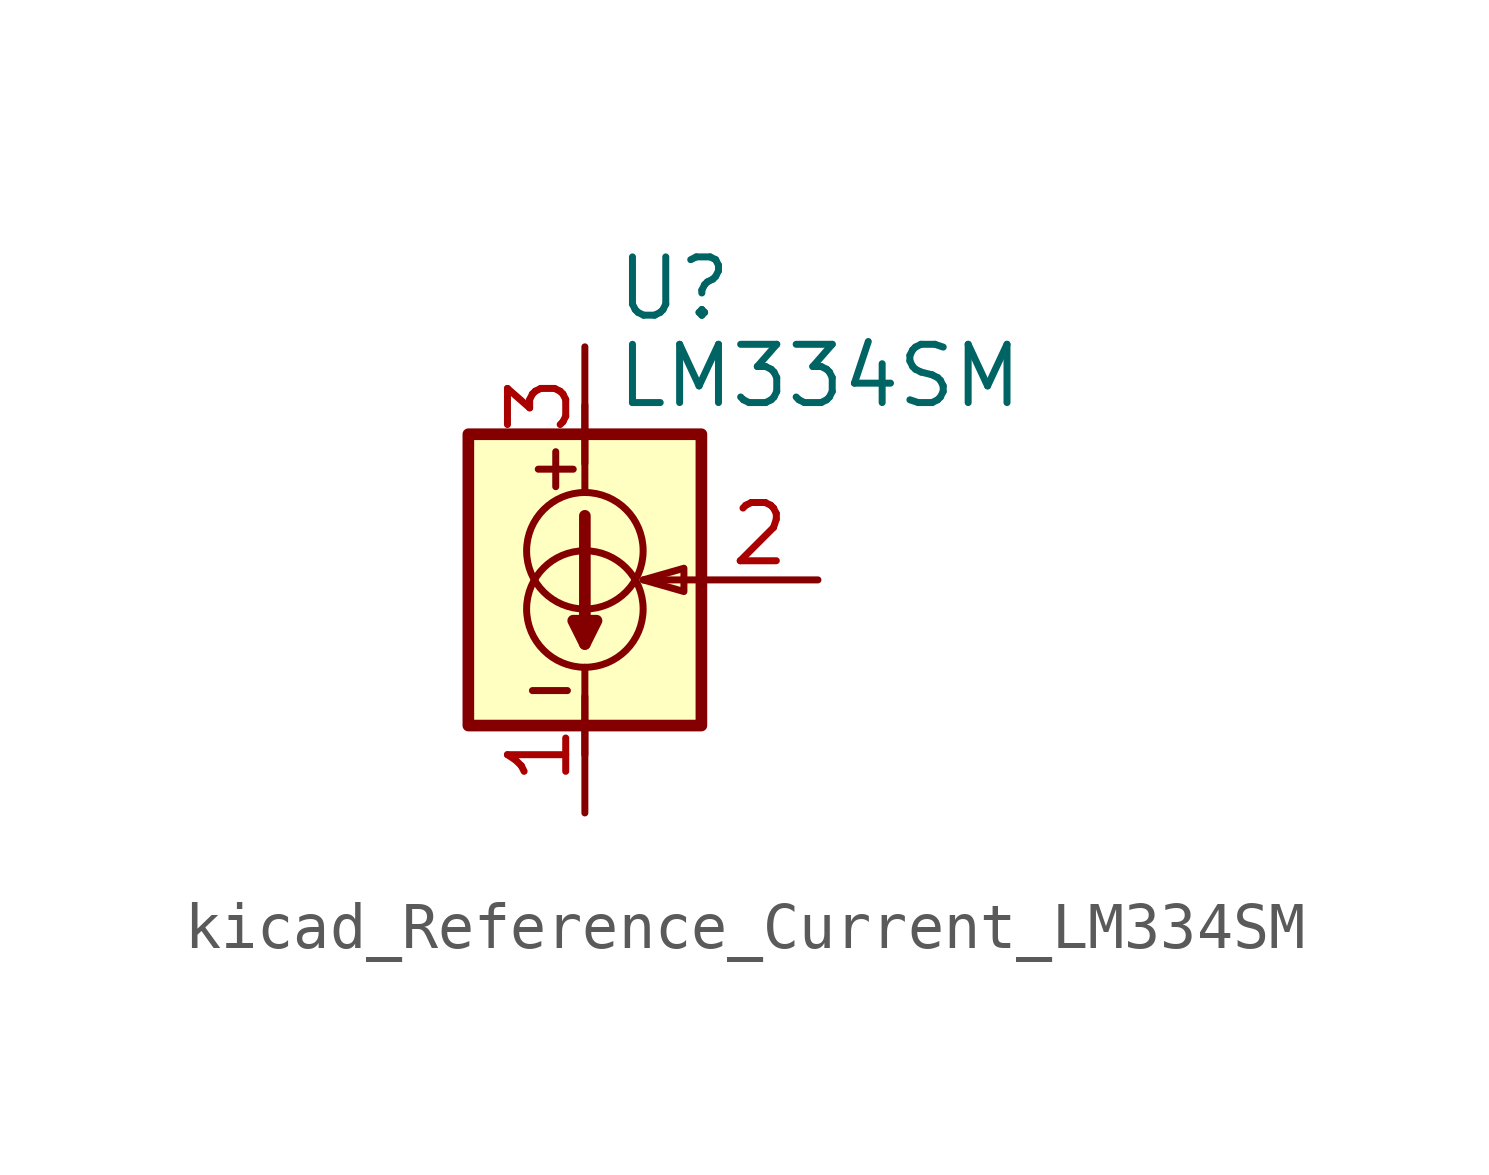
<source format=kicad_sym>
(kicad_symbol_lib
  (version 20220914)
  (generator kicad_symbol_editor)
  (symbol "kicad_Reference_Current_LM334SM"
    (property "Reference" "U"
      (at 0.635 6.35 0)
      (effects (font (size 1.27 1.27)) (justify left)))
    (property "Value" "LM334SM"
      (at 0.635 4.445 0)
      (effects (font (size 1.27 1.27)) (justify left)))
    (symbol "kicad_Reference_Current_LM334SM_0_1"
      (rectangle (start -2.54 3.175) (end 2.54 -3.175) (stroke (width 0.254) (type default)) (fill (type background)))
      (circle (center 0 -0.635) (radius 1.27) (stroke (width 0) (type default)) (fill (type none)))
      (polyline (pts (xy -1.143 -2.413) (xy -0.381 -2.413)) (stroke (width 0) (type default)) (fill (type none)))
      (polyline (pts (xy -1.016 2.413) (xy -0.254 2.413)) (stroke (width 0) (type default)) (fill (type none)))
      (polyline (pts (xy -0.635 2.794) (xy -0.635 2.032)) (stroke (width 0) (type default)) (fill (type none)))
      (polyline (pts (xy 0 -1.905) (xy 0 -3.81)) (stroke (width 0) (type default)) (fill (type none)))
      (polyline (pts (xy 0 1.397) (xy 0 -1.397)) (stroke (width 0.254) (type default)) (fill (type none)))
      (polyline (pts (xy 0 3.81) (xy 0 1.905)) (stroke (width 0) (type default)) (fill (type none)))
      (polyline (pts (xy 2.54 0) (xy 1.27 0)) (stroke (width 0) (type default)) (fill (type none)))
      (polyline (pts (xy 0 -1.397) (xy -0.254 -0.889) (xy 0.254 -0.889) (xy 0 -1.397)) (stroke (width 0.254) (type default)) (fill (type none)))
      (polyline (pts (xy 1.27 0) (xy 2.159 0.254) (xy 2.159 -0.254) (xy 1.27 0)) (stroke (width 0) (type default)) (fill (type none)))
      (circle (center 0 0.635) (radius 1.27) (stroke (width 0) (type default)) (fill (type none))))
    (symbol "kicad_Reference_Current_LM334SM_1_1"
      (pin passive line (at 0 -5.08 90) (length 2.54) (name "~" (effects (font (size 1.27 1.27)))) (number "1" (effects (font (size 1.27 1.27)))))
      (pin passive line (at 5.08 0 180) (length 2.54) (name "~" (effects (font (size 1.27 1.27)))) (number "2" (effects (font (size 1.27 1.27)))))
      (pin passive line (at 0 5.08 270) (length 2.54) (name "~" (effects (font (size 1.27 1.27)))) (number "3" (effects (font (size 1.27 1.27))))))))
</source>
